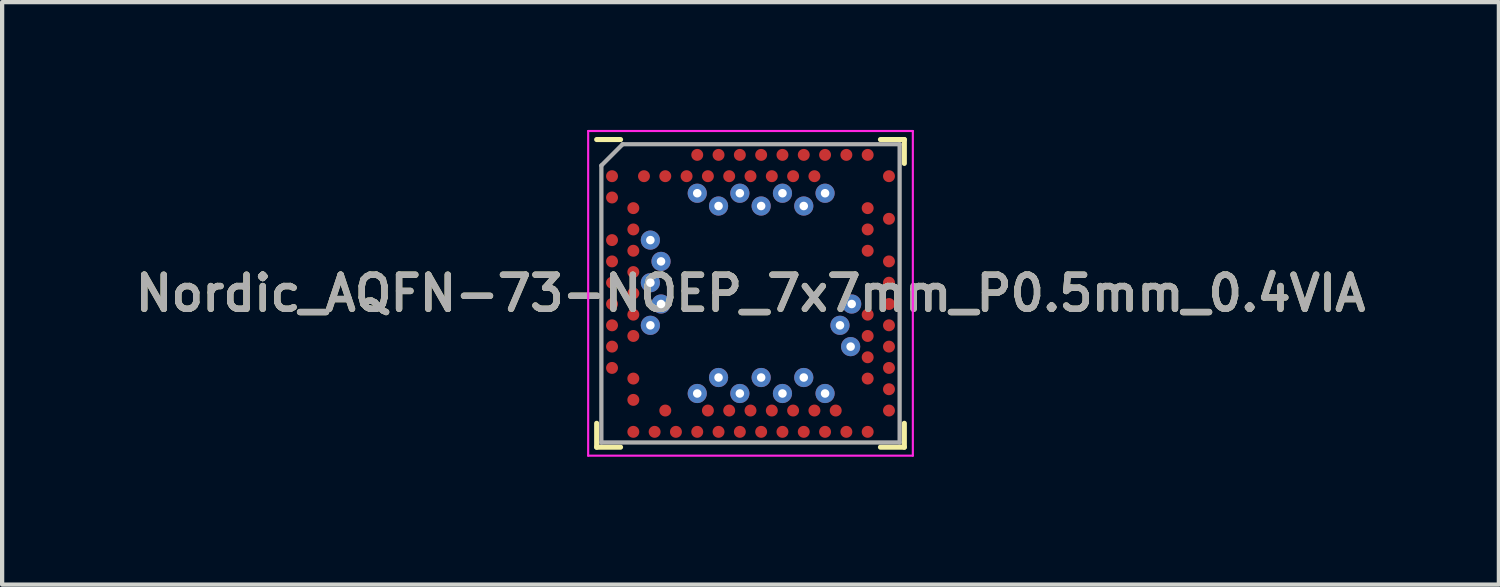
<source format=kicad_pcb>
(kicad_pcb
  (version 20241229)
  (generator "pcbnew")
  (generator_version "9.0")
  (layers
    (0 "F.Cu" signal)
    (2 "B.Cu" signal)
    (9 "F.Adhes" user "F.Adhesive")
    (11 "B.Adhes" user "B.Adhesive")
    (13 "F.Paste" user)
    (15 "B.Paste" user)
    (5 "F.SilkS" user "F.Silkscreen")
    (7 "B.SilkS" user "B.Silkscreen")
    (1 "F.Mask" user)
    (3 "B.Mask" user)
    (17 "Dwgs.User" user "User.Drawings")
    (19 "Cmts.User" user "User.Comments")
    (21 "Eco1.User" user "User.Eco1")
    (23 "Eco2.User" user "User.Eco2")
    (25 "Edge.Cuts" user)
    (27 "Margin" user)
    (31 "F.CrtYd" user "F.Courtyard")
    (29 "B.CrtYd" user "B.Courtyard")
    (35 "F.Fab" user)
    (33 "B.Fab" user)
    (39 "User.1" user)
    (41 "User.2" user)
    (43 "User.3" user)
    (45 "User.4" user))
  (footprint "Nordic_AQFN-73-NOEP_7x7mm_P0.5mm_0.4VIA"
    (layer "F.Cu")
    (at 14.564 3.835)
    (property "Reference" "Nordic_AQFN-73-NOEP_7x7mm_P0.5mm_0.4VIA" (at 0 0 180) (layer "F.SilkS") (effects (font (size 0.8 0.8) (thickness 0.15))))
    (attr smd)
    (fp_line (start -3.61 -3.61) (end -3.05 -3.61) (stroke (width 0.12) (type solid)) (layer "F.SilkS"))
    (fp_line (start -3.61 3.61) (end -3.61 3.05) (stroke (width 0.12) (type solid)) (layer "F.SilkS"))
    (fp_line (start -3.61 3.61) (end -3.05 3.61) (stroke (width 0.12) (type solid)) (layer "F.SilkS"))
    (fp_line (start 3.61 -3.61) (end 3.05 -3.61) (stroke (width 0.12) (type solid)) (layer "F.SilkS"))
    (fp_line (start 3.61 -3.61) (end 3.61 -3.05) (stroke (width 0.12) (type solid)) (layer "F.SilkS"))
    (fp_line (start 3.61 3.61) (end 3.05 3.61) (stroke (width 0.12) (type solid)) (layer "F.SilkS"))
    (fp_line (start 3.61 3.61) (end 3.61 3.05) (stroke (width 0.12) (type solid)) (layer "F.SilkS"))
    (fp_line (start -3.81 -3.81) (end 3.81 -3.81) (stroke (width 0.05) (type solid)) (layer "F.CrtYd"))
    (fp_line (start -3.81 3.81) (end -3.81 -3.81) (stroke (width 0.05) (type solid)) (layer "F.CrtYd"))
    (fp_line (start 3.81 -3.81) (end 3.81 3.81) (stroke (width 0.05) (type solid)) (layer "F.CrtYd"))
    (fp_line (start 3.81 3.81) (end -3.81 3.81) (stroke (width 0.05) (type solid)) (layer "F.CrtYd"))
    (fp_line (start -3.5 -3) (end -3.5 3.5) (stroke (width 0.1) (type solid)) (layer "F.Fab"))
    (fp_line (start -3.5 -3) (end -3 -3.5) (stroke (width 0.1) (type solid)) (layer "F.Fab"))
    (fp_line (start -3.5 3.5) (end 3.5 3.5) (stroke (width 0.1) (type solid)) (layer "F.Fab"))
    (fp_line (start -3 -3.5) (end 3.5 -3.5) (stroke (width 0.1) (type solid)) (layer "F.Fab"))
    (fp_line (start 3.5 -3.5) (end 3.5 3.5) (stroke (width 0.1) (type solid)) (layer "F.Fab"))
    (fp_text user "${REFERENCE}" (at 0 0 180) (layer "F.Fab") (effects (font (size 0.8 0.8) (thickness 0.15))))
    (pad "A8" smd circle (at -1.25 -3.25 180) (size 0.28 0.28) (layers "F.Cu" "F.Mask" "F.Paste"))
    (pad "A10" smd circle (at -0.75 -3.25 180) (size 0.28 0.28) (layers "F.Cu" "F.Mask" "F.Paste"))
    (pad "A12" smd circle (at -0.25 -3.25 180) (size 0.28 0.28) (layers "F.Cu" "F.Mask" "F.Paste"))
    (pad "A14" smd circle (at 0.25 -3.25 180) (size 0.28 0.28) (layers "F.Cu" "F.Mask" "F.Paste"))
    (pad "A16" smd circle (at 0.75 -3.25 180) (size 0.28 0.28) (layers "F.Cu" "F.Mask" "F.Paste"))
    (pad "A18" smd circle (at 1.25 -3.25 180) (size 0.28 0.28) (layers "F.Cu" "F.Mask" "F.Paste"))
    (pad "A20" smd circle (at 1.75 -3.25 180) (size 0.28 0.28) (layers "F.Cu" "F.Mask" "F.Paste"))
    (pad "A22" smd circle (at 2.25 -3.25 180) (size 0.28 0.28) (layers "F.Cu" "F.Mask" "F.Paste"))
    (pad "A23" smd circle (at 2.75 -3.25 180) (size 0.28 0.28) (layers "F.Cu" "F.Mask" "F.Paste"))
    (pad "AA24" smd circle (at 3.25 2.25 180) (size 0.28 0.28) (layers "F.Cu" "F.Mask" "F.Paste"))
    (pad "AB2" smd circle (at -2.75 2.5 180) (size 0.28 0.28) (layers "F.Cu" "F.Mask" "F.Paste"))
    (pad "AC5" smd circle (at -2 2.75 180) (size 0.28 0.28) (layers "F.Cu" "F.Mask" "F.Paste"))
    (pad "AC9" thru_hole circle (at -1.25 2.35 180) (size 0.45 0.45) (drill 0.2) (layers "*.Cu" "B.Mask"))
    (pad "AC9" smd circle (at -1 2.75 180) (size 0.28 0.28) (layers "F.Cu" "F.Mask" "F.Paste"))
    (pad "AC11" thru_hole circle (at -0.75 1.975 180) (size 0.45 0.45) (drill 0.2) (layers "*.Cu" "B.Mask"))
    (pad "AC11" smd circle (at -0.5 2.75 180) (size 0.28 0.28) (layers "F.Cu" "F.Mask" "F.Paste"))
    (pad "AC13" thru_hole circle (at -0.25 2.35 180) (size 0.45 0.45) (drill 0.2) (layers "*.Cu" "B.Mask"))
    (pad "AC13" smd circle (at 0 2.75 180) (size 0.28 0.28) (layers "F.Cu" "F.Mask" "F.Paste"))
    (pad "AC15" thru_hole circle (at 0.25 1.975 180) (size 0.45 0.45) (drill 0.2) (layers "*.Cu" "B.Mask"))
    (pad "AC15" smd circle (at 0.5 2.75 180) (size 0.28 0.28) (layers "F.Cu" "F.Mask" "F.Paste"))
    (pad "AC17" thru_hole circle (at 0.75 2.35 180) (size 0.45 0.45) (drill 0.2) (layers "*.Cu" "B.Mask"))
    (pad "AC17" smd circle (at 1 2.75 180) (size 0.28 0.28) (layers "F.Cu" "F.Mask" "F.Paste"))
    (pad "AC19" thru_hole circle (at 1.25 1.975 180) (size 0.45 0.45) (drill 0.2) (layers "*.Cu" "B.Mask"))
    (pad "AC19" smd circle (at 1.5 2.75 180) (size 0.28 0.28) (layers "F.Cu" "F.Mask" "F.Paste"))
    (pad "AC21" thru_hole circle (at 1.75 2.35 180) (size 0.45 0.45) (drill 0.2) (layers "*.Cu" "B.Mask"))
    (pad "AC21" smd circle (at 2 2.75 180) (size 0.28 0.28) (layers "F.Cu" "F.Mask" "F.Paste"))
    (pad "AC24" smd circle (at 3.25 2.75 180) (size 0.28 0.28) (layers "F.Cu" "F.Mask" "F.Paste"))
    (pad "AD2" smd circle (at -2.75 3.25 180) (size 0.28 0.28) (layers "F.Cu" "F.Mask" "F.Paste"))
    (pad "AD4" smd circle (at -2.25 3.25 180) (size 0.28 0.28) (layers "F.Cu" "F.Mask" "F.Paste"))
    (pad "AD6" smd circle (at -1.75 3.25 180) (size 0.28 0.28) (layers "F.Cu" "F.Mask" "F.Paste"))
    (pad "AD8" smd circle (at -1.25 3.25 180) (size 0.28 0.28) (layers "F.Cu" "F.Mask" "F.Paste"))
    (pad "AD10" smd circle (at -0.75 3.25 180) (size 0.28 0.28) (layers "F.Cu" "F.Mask" "F.Paste"))
    (pad "AD12" smd circle (at -0.25 3.25 180) (size 0.28 0.28) (layers "F.Cu" "F.Mask" "F.Paste"))
    (pad "AD14" smd circle (at 0.25 3.25 180) (size 0.28 0.28) (layers "F.Cu" "F.Mask" "F.Paste"))
    (pad "AD16" smd circle (at 0.75 3.25 180) (size 0.28 0.28) (layers "F.Cu" "F.Mask" "F.Paste"))
    (pad "AD18" smd circle (at 1.25 3.25 180) (size 0.28 0.28) (layers "F.Cu" "F.Mask" "F.Paste"))
    (pad "AD20" smd circle (at 1.75 3.25 180) (size 0.28 0.28) (layers "F.Cu" "F.Mask" "F.Paste"))
    (pad "AD22" smd circle (at 2.25 3.25 180) (size 0.28 0.28) (layers "F.Cu" "F.Mask" "F.Paste"))
    (pad "AD23" smd circle (at 2.75 3.25 180) (size 0.28 0.28) (layers "F.Cu" "F.Mask" "F.Paste"))
    (pad "B1" smd circle (at -3.25 -2.75 180) (size 0.28 0.28) (layers "F.Cu" "F.Mask" "F.Paste"))
    (pad "B3" smd circle (at -2.5 -2.75 180) (size 0.28 0.28) (layers "F.Cu" "F.Mask" "F.Paste"))
    (pad "B5" smd circle (at -2 -2.75 180) (size 0.28 0.28) (layers "F.Cu" "F.Mask" "F.Paste"))
    (pad "B7" smd circle (at -1.5 -2.75 180) (size 0.28 0.28) (layers "F.Cu" "F.Mask" "F.Paste"))
    (pad "B7" thru_hole circle (at -1.25 -2.35 180) (size 0.45 0.45) (drill 0.2) (layers "*.Cu" "B.Mask"))
    (pad "B9" smd circle (at -1 -2.75 180) (size 0.28 0.28) (layers "F.Cu" "F.Mask" "F.Paste"))
    (pad "B9" thru_hole circle (at -0.75 -2.05 180) (size 0.45 0.45) (drill 0.2) (layers "*.Cu" "B.Mask"))
    (pad "B11" smd circle (at -0.5 -2.75 180) (size 0.28 0.28) (layers "F.Cu" "F.Mask" "F.Paste"))
    (pad "B11" thru_hole circle (at -0.25 -2.35 180) (size 0.45 0.45) (drill 0.2) (layers "*.Cu" "B.Mask"))
    (pad "B13" smd circle (at 0 -2.75 180) (size 0.28 0.28) (layers "F.Cu" "F.Mask" "F.Paste"))
    (pad "B13" thru_hole circle (at 0.25 -2.05 180) (size 0.45 0.45) (drill 0.2) (layers "*.Cu" "B.Mask"))
    (pad "B15" smd circle (at 0.5 -2.75 180) (size 0.28 0.28) (layers "F.Cu" "F.Mask" "F.Paste"))
    (pad "B15" thru_hole circle (at 0.75 -2.35 180) (size 0.45 0.45) (drill 0.2) (layers "*.Cu" "B.Mask"))
    (pad "B17" smd circle (at 1 -2.75 180) (size 0.28 0.28) (layers "F.Cu" "F.Mask" "F.Paste"))
    (pad "B17" thru_hole circle (at 1.25 -2.05 180) (size 0.45 0.45) (drill 0.2) (layers "*.Cu" "B.Mask"))
    (pad "B19" smd circle (at 1.5 -2.75 180) (size 0.28 0.28) (layers "F.Cu" "F.Mask" "F.Paste"))
    (pad "B19" thru_hole circle (at 1.75 -2.35 180) (size 0.45 0.45) (drill 0.2) (layers "*.Cu" "B.Mask"))
    (pad "B24" smd circle (at 3.25 -2.75 180) (size 0.28 0.28) (layers "F.Cu" "F.Mask" "F.Paste"))
    (pad "C1" smd circle (at -3.25 -2.25 180) (size 0.28 0.28) (layers "F.Cu" "F.Mask" "F.Paste"))
    (pad "D2" smd circle (at -2.75 -2 180) (size 0.28 0.28) (layers "F.Cu" "F.Mask" "F.Paste"))
    (pad "D23" smd circle (at 2.75 -2 180) (size 0.28 0.28) (layers "F.Cu" "F.Mask" "F.Paste"))
    (pad "E24" smd circle (at 3.25 -1.75 180) (size 0.28 0.28) (layers "F.Cu" "F.Mask" "F.Paste"))
    (pad "F2" smd circle (at -2.75 -1.5 180) (size 0.28 0.28) (layers "F.Cu" "F.Mask" "F.Paste"))
    (pad "F23" smd circle (at 2.75 -1.5 180) (size 0.28 0.28) (layers "F.Cu" "F.Mask" "F.Paste"))
    (pad "G1" smd circle (at -3.25 -1.25 180) (size 0.28 0.28) (layers "F.Cu" "F.Mask" "F.Paste"))
    (pad "H2" smd circle (at -2.75 -1 180) (size 0.28 0.28) (layers "F.Cu" "F.Mask" "F.Paste"))
    (pad "H2" thru_hole circle (at -2.35 -1.25 90) (size 0.45 0.45) (drill 0.2) (layers "*.Cu" "B.Mask"))
    (pad "H23" smd circle (at 2.75 -1 180) (size 0.28 0.28) (layers "F.Cu" "F.Mask" "F.Paste"))
    (pad "J1" smd circle (at -3.25 -0.75 180) (size 0.28 0.28) (layers "F.Cu" "F.Mask" "F.Paste"))
    (pad "J24" smd circle (at 3.25 -0.75 180) (size 0.28 0.28) (layers "F.Cu" "F.Mask" "F.Paste"))
    (pad "K2" smd circle (at -2.75 -0.5 180) (size 0.28 0.28) (layers "F.Cu" "F.Mask" "F.Paste"))
    (pad "K2" thru_hole circle (at -2.1 -0.75 90) (size 0.45 0.45) (drill 0.2) (layers "*.Cu" "B.Mask"))
    (pad "L1" smd circle (at -3.25 -0.25 180) (size 0.28 0.28) (layers "F.Cu" "F.Mask" "F.Paste"))
    (pad "L24" smd circle (at 3.25 -0.25 180) (size 0.28 0.28) (layers "F.Cu" "F.Mask" "F.Paste"))
    (pad "M2" smd circle (at -2.75 0 180) (size 0.28 0.28) (layers "F.Cu" "F.Mask" "F.Paste"))
    (pad "M2" thru_hole circle (at -2.35 -0.25 90) (size 0.45 0.45) (drill 0.2) (layers "*.Cu" "B.Mask"))
    (pad "N1" smd circle (at -3.25 0.25 180) (size 0.28 0.28) (layers "F.Cu" "F.Mask" "F.Paste"))
    (pad "N24" smd circle (at 3.25 0.25 180) (size 0.28 0.28) (layers "F.Cu" "F.Mask" "F.Paste"))
    (pad "P2" smd circle (at -2.75 0.5 180) (size 0.28 0.28) (layers "F.Cu" "F.Mask" "F.Paste"))
    (pad "P2" thru_hole circle (at -2.1 0.25 90) (size 0.45 0.45) (drill 0.2) (layers "*.Cu" "B.Mask"))
    (pad "P23" thru_hole circle (at 2.375 0.25 270) (size 0.45 0.45) (drill 0.2) (layers "*.Cu" "B.Mask"))
    (pad "P23" smd circle (at 2.75 0.5 180) (size 0.28 0.28) (layers "F.Cu" "F.Mask" "F.Paste"))
    (pad "R1" smd circle (at -3.25 0.75 180) (size 0.28 0.28) (layers "F.Cu" "F.Mask" "F.Paste"))
    (pad "R24" smd circle (at 3.25 0.75 180) (size 0.28 0.28) (layers "F.Cu" "F.Mask" "F.Paste"))
    (pad "T2" smd circle (at -2.75 1 180) (size 0.28 0.28) (layers "F.Cu" "F.Mask" "F.Paste"))
    (pad "T2" thru_hole circle (at -2.35 0.75 90) (size 0.45 0.45) (drill 0.2) (layers "*.Cu" "B.Mask"))
    (pad "T23" thru_hole circle (at 2.1 0.75 270) (size 0.45 0.45) (drill 0.2) (layers "*.Cu" "B.Mask"))
    (pad "T23" smd circle (at 2.75 1 180) (size 0.28 0.28) (layers "F.Cu" "F.Mask" "F.Paste"))
    (pad "U1" smd circle (at -3.25 1.25 180) (size 0.28 0.28) (layers "F.Cu" "F.Mask" "F.Paste"))
    (pad "U24" smd circle (at 3.25 1.25 180) (size 0.28 0.28) (layers "F.Cu" "F.Mask" "F.Paste"))
    (pad "V23" thru_hole circle (at 2.35 1.25 270) (size 0.45 0.45) (drill 0.2) (layers "*.Cu" "B.Mask"))
    (pad "V23" smd circle (at 2.75 1.5 180) (size 0.28 0.28) (layers "F.Cu" "F.Mask" "F.Paste"))
    (pad "W1" smd circle (at -3.25 1.75 180) (size 0.28 0.28) (layers "F.Cu" "F.Mask" "F.Paste"))
    (pad "W24" smd circle (at 3.25 1.75 180) (size 0.28 0.28) (layers "F.Cu" "F.Mask" "F.Paste"))
    (pad "Y2" smd circle (at -2.75 2 180) (size 0.28 0.28) (layers "F.Cu" "F.Mask" "F.Paste"))
    (pad "Y23" smd circle (at 2.75 2 180) (size 0.28 0.28) (layers "F.Cu" "F.Mask" "F.Paste")))
  (gr_rect
    (start -3 -3)
    (end 32.128 10.67)
    (stroke (width 0.1) (type default))
    (fill no)
    (layer "Edge.Cuts")))
</source>
